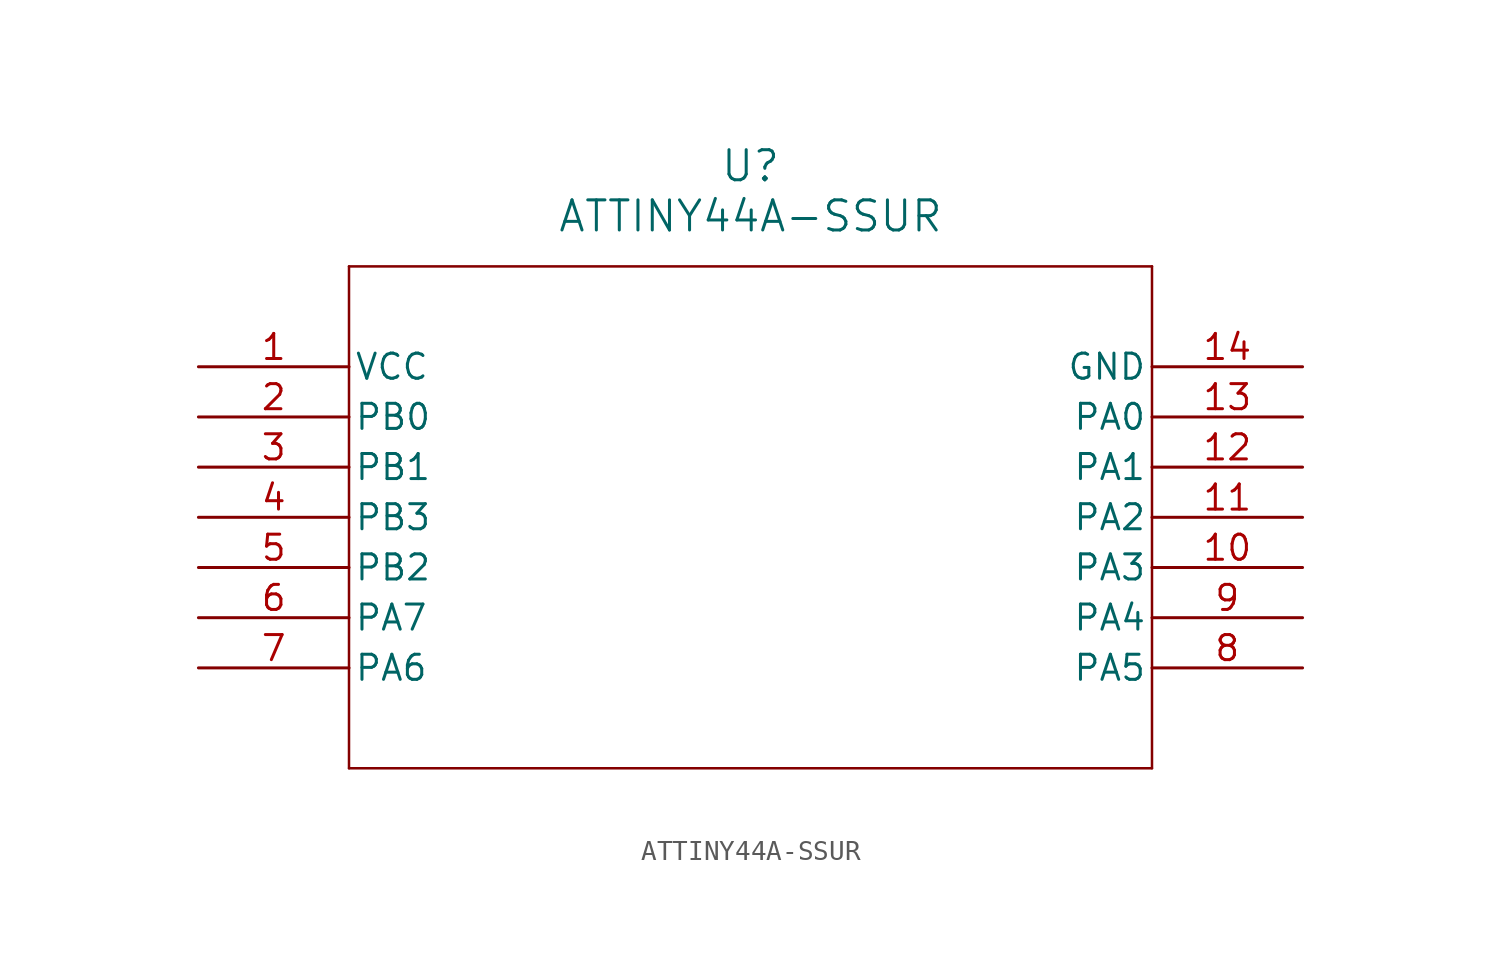
<source format=kicad_sym>
(kicad_symbol_lib
  (version 20220914)
  (generator kicad_symbol_editor)
  (symbol "ATTINY44A-SSUR"
    (pin_names
      (offset 0.254))
    (property "Reference" "U"
      (at 27.94 10.16 0)
      (effects (font (size 1.524 1.524))))
    (property "Value" "ATTINY44A-SSUR"
      (at 27.94 7.62 0)
      (effects (font (size 1.524 1.524))))
    (symbol "ATTINY44A-SSUR_0_1"
      (polyline (pts (xy 7.62 -20.32) (xy 48.26 -20.32)) (stroke (width 0.127) (type default)) (fill (type none)))
      (polyline (pts (xy 7.62 5.08) (xy 7.62 -20.32)) (stroke (width 0.127) (type default)) (fill (type none)))
      (polyline (pts (xy 48.26 -20.32) (xy 48.26 5.08)) (stroke (width 0.127) (type default)) (fill (type none)))
      (polyline (pts (xy 48.26 5.08) (xy 7.62 5.08)) (stroke (width 0.127) (type default)) (fill (type none)))
      (pin unspecified line (at 0 0 0) (length 7.62) (name "VCC" (effects (font (size 1.27 1.27)))) (number "1" (effects (font (size 1.27 1.27)))))
      (pin unspecified line (at 55.88 -10.16 180) (length 7.62) (name "PA3" (effects (font (size 1.27 1.27)))) (number "10" (effects (font (size 1.27 1.27)))))
      (pin unspecified line (at 55.88 -7.62 180) (length 7.62) (name "PA2" (effects (font (size 1.27 1.27)))) (number "11" (effects (font (size 1.27 1.27)))))
      (pin unspecified line (at 55.88 -5.08 180) (length 7.62) (name "PA1" (effects (font (size 1.27 1.27)))) (number "12" (effects (font (size 1.27 1.27)))))
      (pin unspecified line (at 55.88 -2.54 180) (length 7.62) (name "PA0" (effects (font (size 1.27 1.27)))) (number "13" (effects (font (size 1.27 1.27)))))
      (pin unspecified line (at 55.88 0 180) (length 7.62) (name "GND" (effects (font (size 1.27 1.27)))) (number "14" (effects (font (size 1.27 1.27)))))
      (pin unspecified line (at 0 -2.54 0) (length 7.62) (name "PB0" (effects (font (size 1.27 1.27)))) (number "2" (effects (font (size 1.27 1.27)))))
      (pin unspecified line (at 0 -5.08 0) (length 7.62) (name "PB1" (effects (font (size 1.27 1.27)))) (number "3" (effects (font (size 1.27 1.27)))))
      (pin unspecified line (at 0 -7.62 0) (length 7.62) (name "PB3" (effects (font (size 1.27 1.27)))) (number "4" (effects (font (size 1.27 1.27)))))
      (pin unspecified line (at 0 -10.16 0) (length 7.62) (name "PB2" (effects (font (size 1.27 1.27)))) (number "5" (effects (font (size 1.27 1.27)))))
      (pin unspecified line (at 0 -12.7 0) (length 7.62) (name "PA7" (effects (font (size 1.27 1.27)))) (number "6" (effects (font (size 1.27 1.27)))))
      (pin unspecified line (at 0 -15.24 0) (length 7.62) (name "PA6" (effects (font (size 1.27 1.27)))) (number "7" (effects (font (size 1.27 1.27)))))
      (pin unspecified line (at 55.88 -15.24 180) (length 7.62) (name "PA5" (effects (font (size 1.27 1.27)))) (number "8" (effects (font (size 1.27 1.27)))))
      (pin unspecified line (at 55.88 -12.7 180) (length 7.62) (name "PA4" (effects (font (size 1.27 1.27)))) (number "9" (effects (font (size 1.27 1.27))))))))
</source>
